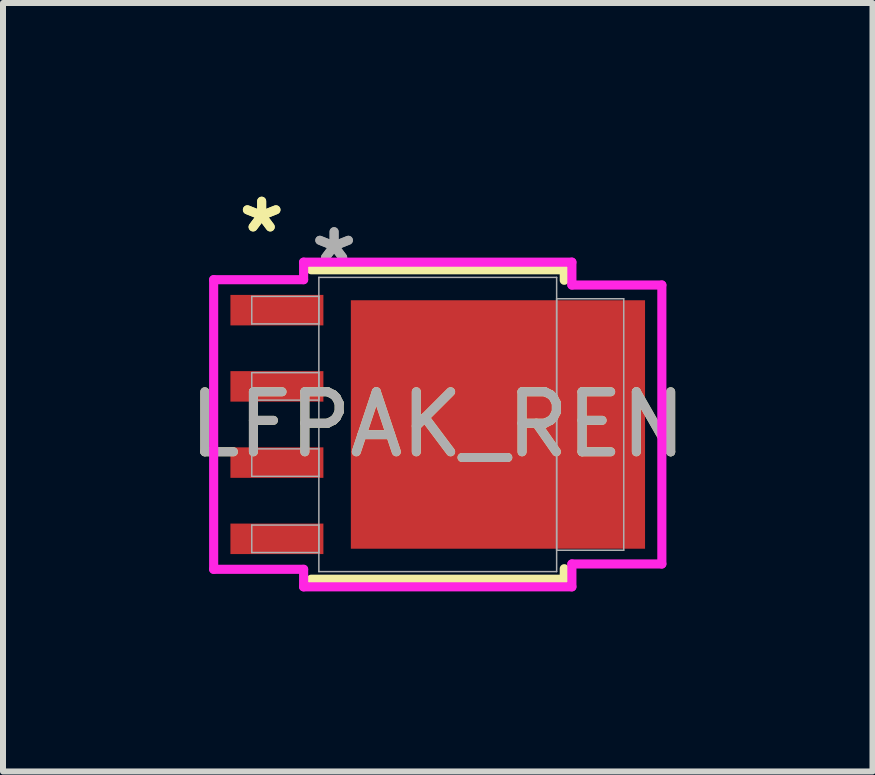
<source format=kicad_pcb>
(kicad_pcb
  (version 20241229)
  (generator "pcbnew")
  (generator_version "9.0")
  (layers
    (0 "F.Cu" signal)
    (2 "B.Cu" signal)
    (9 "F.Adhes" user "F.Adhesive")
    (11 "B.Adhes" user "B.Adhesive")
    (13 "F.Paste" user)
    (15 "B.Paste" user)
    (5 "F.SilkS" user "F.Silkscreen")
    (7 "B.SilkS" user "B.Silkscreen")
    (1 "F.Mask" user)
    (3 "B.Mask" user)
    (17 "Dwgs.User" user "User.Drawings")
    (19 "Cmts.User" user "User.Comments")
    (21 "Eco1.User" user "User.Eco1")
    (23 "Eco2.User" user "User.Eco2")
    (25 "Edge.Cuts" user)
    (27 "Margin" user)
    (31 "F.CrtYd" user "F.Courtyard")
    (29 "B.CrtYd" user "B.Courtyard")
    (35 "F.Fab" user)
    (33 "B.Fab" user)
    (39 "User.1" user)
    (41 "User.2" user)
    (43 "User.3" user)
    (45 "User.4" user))
  (footprint "LFPAK_REN"
    (layer "F.Cu")
    (at 4.244 4.023)
    (property "Reference" "LFPAK_REN" (at 0 0 0) (unlocked yes) (layer "F.SilkS") (effects (font (size 1 1) (thickness 0.15))))
    (attr smd)
    (fp_line (start -2.108 2.578) (end 2.108 2.578) (stroke (width 0.152) (type solid)) (layer "F.SilkS"))
    (fp_line (start 2.108 -2.578) (end -2.108 -2.578) (stroke (width 0.152) (type solid)) (layer "F.SilkS"))
    (fp_line (start 2.108 -2.403) (end 2.108 -2.578) (stroke (width 0.152) (type solid)) (layer "F.SilkS"))
    (fp_line (start 2.108 2.578) (end 2.108 2.403) (stroke (width 0.152) (type solid)) (layer "F.SilkS"))
    (fp_line (start -3.734 -2.413) (end -2.235 -2.413) (stroke (width 0.152) (type solid)) (layer "F.CrtYd"))
    (fp_line (start -3.734 2.413) (end -3.734 -2.413) (stroke (width 0.152) (type solid)) (layer "F.CrtYd"))
    (fp_line (start -2.235 -2.705) (end 2.235 -2.705) (stroke (width 0.152) (type solid)) (layer "F.CrtYd"))
    (fp_line (start -2.235 -2.413) (end -2.235 -2.705) (stroke (width 0.152) (type solid)) (layer "F.CrtYd"))
    (fp_line (start -2.235 2.413) (end -3.734 2.413) (stroke (width 0.152) (type solid)) (layer "F.CrtYd"))
    (fp_line (start -2.235 2.705) (end -2.235 2.413) (stroke (width 0.152) (type solid)) (layer "F.CrtYd"))
    (fp_line (start 2.235 -2.705) (end 2.235 -2.324) (stroke (width 0.152) (type solid)) (layer "F.CrtYd"))
    (fp_line (start 2.235 -2.324) (end 3.734 -2.324) (stroke (width 0.152) (type solid)) (layer "F.CrtYd"))
    (fp_line (start 2.235 2.324) (end 2.235 2.705) (stroke (width 0.152) (type solid)) (layer "F.CrtYd"))
    (fp_line (start 2.235 2.705) (end -2.235 2.705) (stroke (width 0.152) (type solid)) (layer "F.CrtYd"))
    (fp_line (start 3.734 -2.324) (end 3.734 2.324) (stroke (width 0.152) (type solid)) (layer "F.CrtYd"))
    (fp_line (start 3.734 2.324) (end 2.235 2.324) (stroke (width 0.152) (type solid)) (layer "F.CrtYd"))
    (fp_line (start -3.099 -2.134) (end -3.099 -1.676) (stroke (width 0.025) (type solid)) (layer "F.Fab"))
    (fp_line (start -3.099 -1.676) (end -1.981 -1.676) (stroke (width 0.025) (type solid)) (layer "F.Fab"))
    (fp_line (start -3.099 -0.864) (end -3.099 -0.406) (stroke (width 0.025) (type solid)) (layer "F.Fab"))
    (fp_line (start -3.099 -0.406) (end -1.981 -0.406) (stroke (width 0.025) (type solid)) (layer "F.Fab"))
    (fp_line (start -3.099 0.406) (end -3.099 0.864) (stroke (width 0.025) (type solid)) (layer "F.Fab"))
    (fp_line (start -3.099 0.864) (end -1.981 0.864) (stroke (width 0.025) (type solid)) (layer "F.Fab"))
    (fp_line (start -3.099 1.676) (end -3.099 2.134) (stroke (width 0.025) (type solid)) (layer "F.Fab"))
    (fp_line (start -3.099 2.134) (end -1.981 2.134) (stroke (width 0.025) (type solid)) (layer "F.Fab"))
    (fp_line (start -1.981 -2.451) (end -1.981 2.451) (stroke (width 0.025) (type solid)) (layer "F.Fab"))
    (fp_line (start -1.981 -2.134) (end -3.099 -2.134) (stroke (width 0.025) (type solid)) (layer "F.Fab"))
    (fp_line (start -1.981 -1.676) (end -1.981 -2.134) (stroke (width 0.025) (type solid)) (layer "F.Fab"))
    (fp_line (start -1.981 -0.864) (end -3.099 -0.864) (stroke (width 0.025) (type solid)) (layer "F.Fab"))
    (fp_line (start -1.981 -0.406) (end -1.981 -0.864) (stroke (width 0.025) (type solid)) (layer "F.Fab"))
    (fp_line (start -1.981 0.406) (end -3.099 0.406) (stroke (width 0.025) (type solid)) (layer "F.Fab"))
    (fp_line (start -1.981 0.864) (end -1.981 0.406) (stroke (width 0.025) (type solid)) (layer "F.Fab"))
    (fp_line (start -1.981 1.676) (end -3.099 1.676) (stroke (width 0.025) (type solid)) (layer "F.Fab"))
    (fp_line (start -1.981 2.134) (end -1.981 1.676) (stroke (width 0.025) (type solid)) (layer "F.Fab"))
    (fp_line (start -1.981 2.451) (end 1.981 2.451) (stroke (width 0.025) (type solid)) (layer "F.Fab"))
    (fp_line (start 1.981 -2.451) (end -1.981 -2.451) (stroke (width 0.025) (type solid)) (layer "F.Fab"))
    (fp_line (start 1.981 -2.095) (end 1.981 2.095) (stroke (width 0.025) (type solid)) (layer "F.Fab"))
    (fp_line (start 1.981 2.095) (end 3.099 2.095) (stroke (width 0.025) (type solid)) (layer "F.Fab"))
    (fp_line (start 1.981 2.451) (end 1.981 -2.451) (stroke (width 0.025) (type solid)) (layer "F.Fab"))
    (fp_line (start 3.099 -2.095) (end 1.981 -2.095) (stroke (width 0.025) (type solid)) (layer "F.Fab"))
    (fp_line (start 3.099 2.095) (end 3.099 -2.095) (stroke (width 0.025) (type solid)) (layer "F.Fab"))
    (fp_text user "*" (at -2.934 -3.175 0) (unlocked yes) (layer "F.SilkS") (effects (font (size 1 1) (thickness 0.15))))
    (fp_text user "*" (at -2.934 -3.175 0) (layer "F.SilkS") (effects (font (size 1 1) (thickness 0.15))))
    (fp_text user "${REFERENCE}" (at 0 0 0) (unlocked yes) (layer "F.Fab") (effects (font (size 1 1) (thickness 0.15))))
    (fp_text user "*" (at -1.727 -2.667 0) (unlocked yes) (layer "F.Fab") (effects (font (size 1 1) (thickness 0.15))))
    (fp_text user "*" (at -1.727 -2.667 0) (layer "F.Fab") (effects (font (size 1 1) (thickness 0.15))))
    (pad "1" smd rect (at -2.68 -1.905) (size 1.549 0.508) (layers "F.Cu" "F.Mask" "F.Paste"))
    (pad "2" smd rect (at -2.68 -0.635) (size 1.549 0.508) (layers "F.Cu" "F.Mask" "F.Paste"))
    (pad "3" smd rect (at -2.68 0.635) (size 1.549 0.508) (layers "F.Cu" "F.Mask" "F.Paste"))
    (pad "4" smd rect (at -2.68 1.905) (size 1.549 0.508) (layers "F.Cu" "F.Mask" "F.Paste"))
    (pad "5" smd rect (at 1.003 0) (size 4.902 4.14) (layers "F.Cu" "F.Mask" "F.Paste")))
  (gr_rect
    (start -3 -3)
    (end 11.488 9.805)
    (stroke (width 0.1) (type default))
    (fill no)
    (layer "Edge.Cuts")))
</source>
